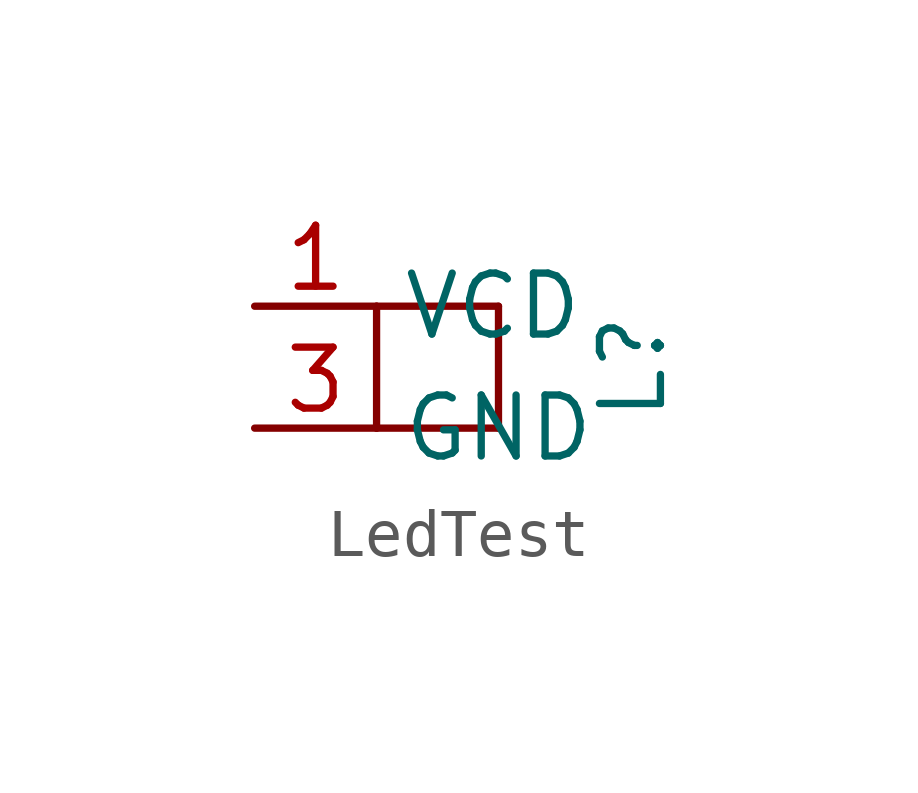
<source format=kicad_sym>
(kicad_symbol_lib
  (version 20231120)
  (generator "kicad_symbol_editor")
  (generator_version "8.0")
  (symbol "LedTest"
    (property "Reference" "L"
      (at 4.064 0 90)
      (effects (font (size 1.27 1.27))))
    (property "Value" ""
      (at 0 0 0)
      (effects (font (size 1.27 1.27))))
    (symbol "LedTest_0_1"
      (rectangle (start -1.27 -1.27) (end -1.27 1.27) (stroke (width 0) (type default)) (fill (type none)))
      (rectangle (start -1.27 -1.27) (end 1.27 -1.27) (stroke (width 0) (type default)) (fill (type none)))
      (rectangle (start -1.27 1.27) (end 1.27 1.27) (stroke (width 0) (type default)) (fill (type none)))
      (rectangle (start 1.27 1.27) (end 1.27 -1.27) (stroke (width 0) (type default)) (fill (type none))))
    (symbol "LedTest_1_1"
      (pin input line (at -3.81 1.27 0) (length 2.54) (name "VCD" (effects (font (size 1.27 1.27)))) (number "1" (effects (font (size 1.27 1.27)))))
      (pin input line (at -3.81 -1.27 0) (length 2.54) (name "GND" (effects (font (size 1.27 1.27)))) (number "3" (effects (font (size 1.27 1.27))))))))
</source>
